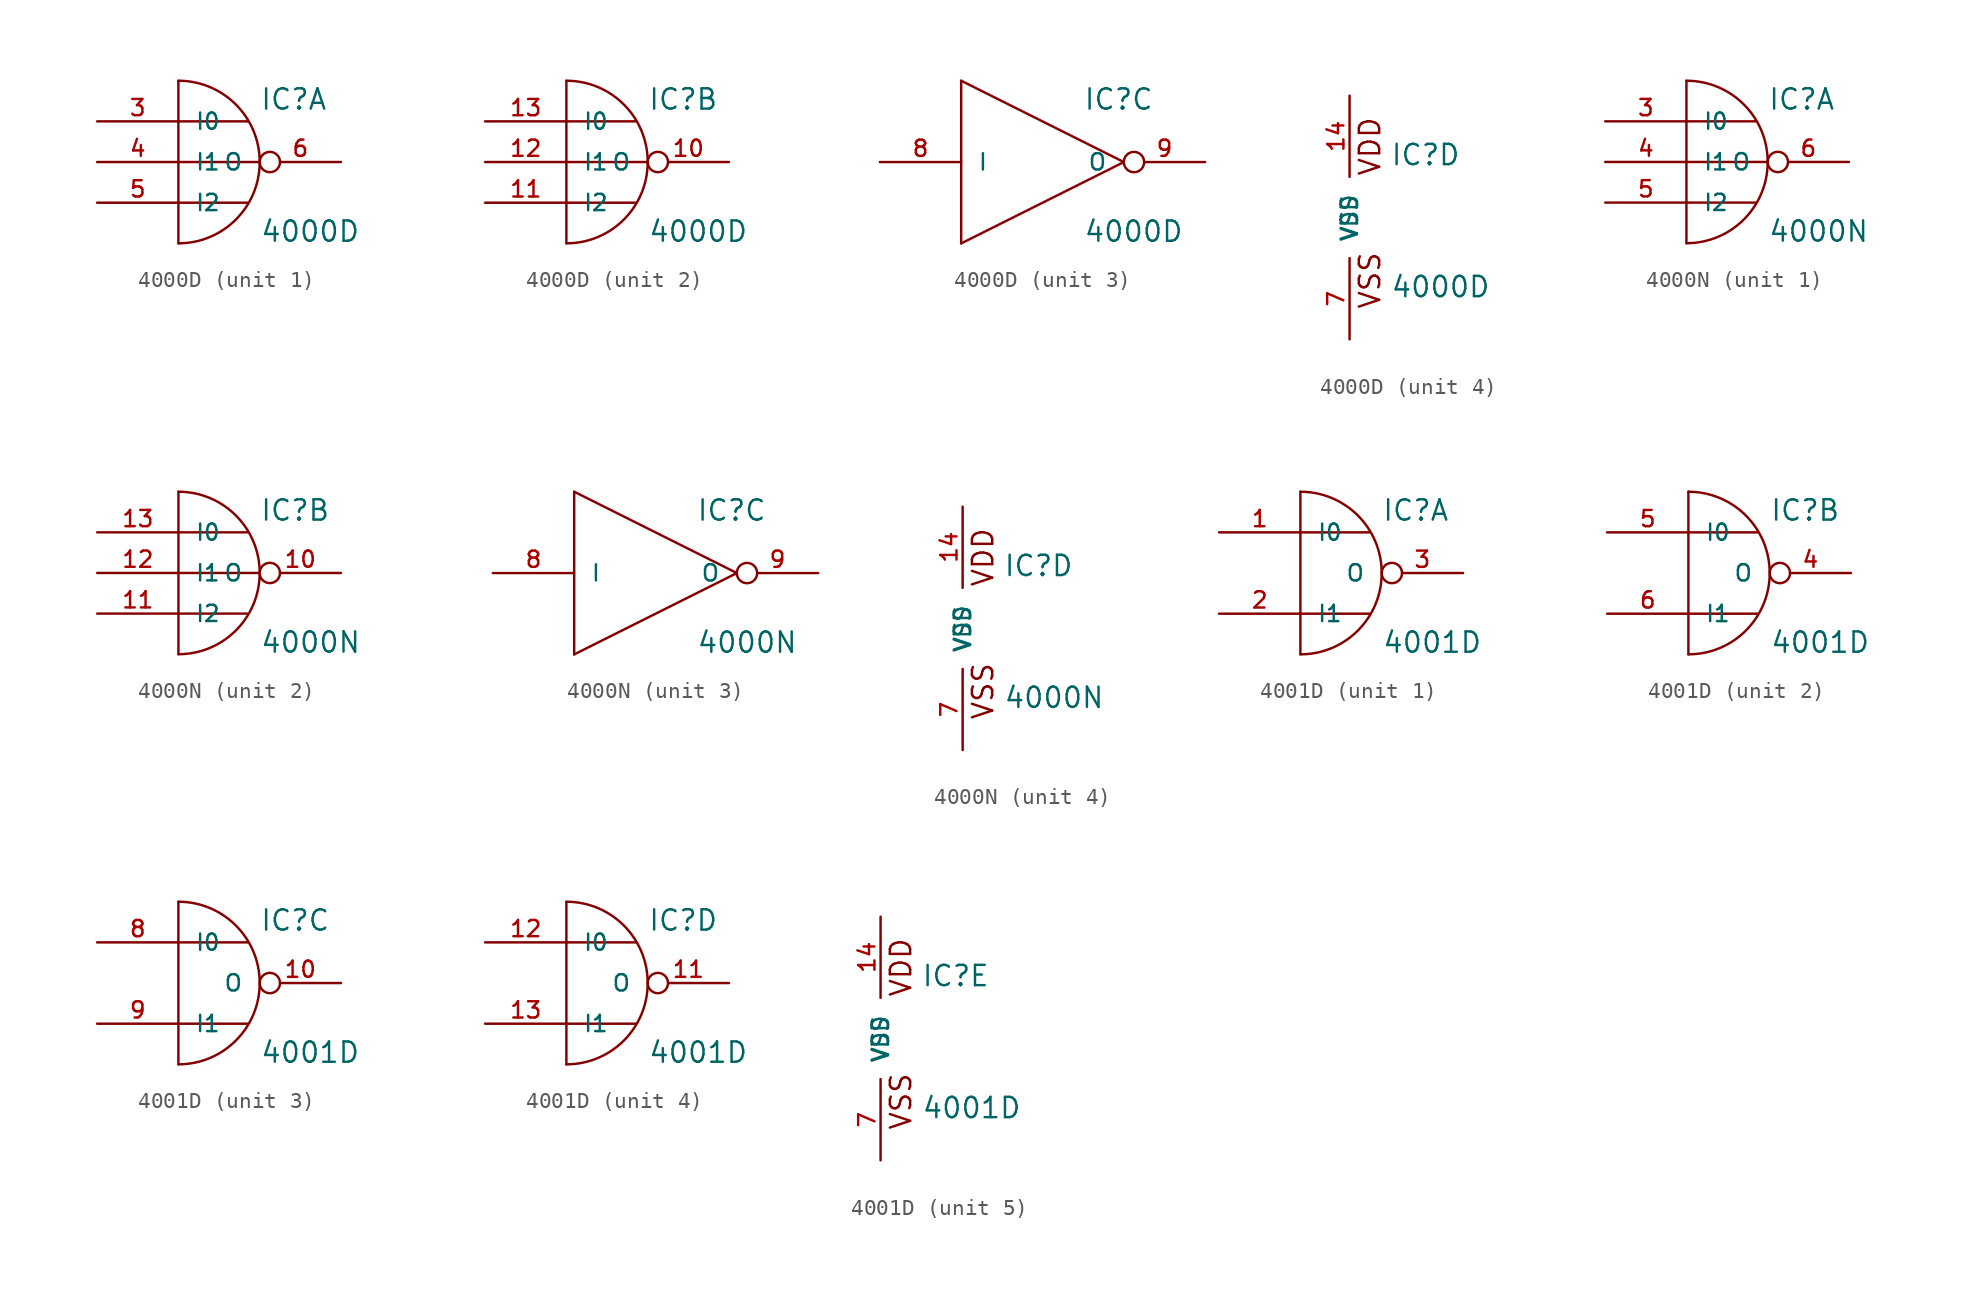
<source format=kicad_sym>
(kicad_symbol_lib
  (version 20211014)
  (generator kicad_symbol_editor)
  (symbol "4000D"
    (pin_names
      (offset 1.016))
    (property "Reference" "IC"
      (at 2.54 3.175 0)
      (effects (font (size 1.27 1.27)) (justify left bottom)))
    (property "Value" "4000D"
      (at 2.54 -5.08 0)
      (effects (font (size 1.27 1.27)) (justify left bottom)))
    (property "ki_locked" ""
      (at 0 0 0)
      (effects (font (size 1.27 1.27))))
    (symbol "4000D_1_0"
      (polyline (pts (xy -2.54 -2.54) (xy 1.778 -2.54)) (stroke (width 0) (type default) (color 0 0 0 0)) (fill (type none)))
      (polyline (pts (xy -2.54 0) (xy 2.54 0)) (stroke (width 0) (type default) (color 0 0 0 0)) (fill (type none)))
      (polyline (pts (xy -2.54 2.54) (xy 1.778 2.54)) (stroke (width 0) (type default) (color 0 0 0 0)) (fill (type none)))
      (polyline (pts (xy -2.54 5.08) (xy -2.54 -5.08)) (stroke (width 0) (type default) (color 0 0 0 0)) (fill (type none))))
    (symbol "4000D_1_1"
      (arc (start -2.54 -5.08) (mid 2.54 0) (end -2.54 5.08) (stroke (width 0) (type default) (color 0 0 0 0)) (fill (type none)))
      (pin input line (at -7.62 2.54 0) (length 5.08) (name "I0" (effects (font (size 1.016 1.016)))) (number "3" (effects (font (size 1.016 1.016)))))
      (pin input line (at -7.62 0 0) (length 5.08) (name "I1" (effects (font (size 1.016 1.016)))) (number "4" (effects (font (size 1.016 1.016)))))
      (pin input line (at -7.62 -2.54 0) (length 5.08) (name "I2" (effects (font (size 1.016 1.016)))) (number "5" (effects (font (size 1.016 1.016)))))
      (pin output inverted (at 7.62 0 180) (length 5.08) (name "O" (effects (font (size 1.016 1.016)))) (number "6" (effects (font (size 1.016 1.016))))))
    (symbol "4000D_2_0"
      (polyline (pts (xy -2.54 -2.54) (xy 1.778 -2.54)) (stroke (width 0) (type default) (color 0 0 0 0)) (fill (type none)))
      (polyline (pts (xy -2.54 0) (xy 2.54 0)) (stroke (width 0) (type default) (color 0 0 0 0)) (fill (type none)))
      (polyline (pts (xy -2.54 2.54) (xy 1.778 2.54)) (stroke (width 0) (type default) (color 0 0 0 0)) (fill (type none)))
      (polyline (pts (xy -2.54 5.08) (xy -2.54 -5.08)) (stroke (width 0) (type default) (color 0 0 0 0)) (fill (type none))))
    (symbol "4000D_2_1"
      (arc (start -2.54 -5.08) (mid 2.54 0) (end -2.54 5.08) (stroke (width 0) (type default) (color 0 0 0 0)) (fill (type none)))
      (pin output inverted (at 7.62 0 180) (length 5.08) (name "O" (effects (font (size 1.016 1.016)))) (number "10" (effects (font (size 1.016 1.016)))))
      (pin input line (at -7.62 -2.54 0) (length 5.08) (name "I2" (effects (font (size 1.016 1.016)))) (number "11" (effects (font (size 1.016 1.016)))))
      (pin input line (at -7.62 0 0) (length 5.08) (name "I1" (effects (font (size 1.016 1.016)))) (number "12" (effects (font (size 1.016 1.016)))))
      (pin input line (at -7.62 2.54 0) (length 5.08) (name "I0" (effects (font (size 1.016 1.016)))) (number "13" (effects (font (size 1.016 1.016))))))
    (symbol "4000D_3_0"
      (polyline (pts (xy -5.08 -5.08) (xy 5.08 0)) (stroke (width 0) (type default) (color 0 0 0 0)) (fill (type none)))
      (polyline (pts (xy -5.08 5.08) (xy -5.08 -5.08)) (stroke (width 0) (type default) (color 0 0 0 0)) (fill (type none)))
      (polyline (pts (xy 5.08 0) (xy -5.08 5.08)) (stroke (width 0) (type default) (color 0 0 0 0)) (fill (type none))))
    (symbol "4000D_3_1"
      (pin input line (at -10.16 0 0) (length 5.08) (name "I" (effects (font (size 1.016 1.016)))) (number "8" (effects (font (size 1.016 1.016)))))
      (pin output inverted (at 10.16 0 180) (length 5.08) (name "O" (effects (font (size 1.016 1.016)))) (number "9" (effects (font (size 1.016 1.016))))))
    (symbol "4000D_4_0"
      (text "VDD" (at 1.27 4.445 1) (effects (font (size 1.27 1.27))))
      (text "VSS" (at 1.27 -3.937 1) (effects (font (size 1.27 1.27)))))
    (symbol "4000D_4_1"
      (pin power_in line (at 0 7.62 270) (length 5.08) (name "VDD" (effects (font (size 1.016 1.016)))) (number "14" (effects (font (size 1.016 1.016)))))
      (pin power_in line (at 0 -7.62 90) (length 5.08) (name "VSS" (effects (font (size 1.016 1.016)))) (number "7" (effects (font (size 1.016 1.016)))))))
  (symbol "4000N"
    (pin_names
      (offset 1.016))
    (property "Reference" "IC"
      (at 2.54 3.175 0)
      (effects (font (size 1.27 1.27)) (justify left bottom)))
    (property "Value" "4000N"
      (at 2.54 -5.08 0)
      (effects (font (size 1.27 1.27)) (justify left bottom)))
    (property "ki_locked" ""
      (at 0 0 0)
      (effects (font (size 1.27 1.27))))
    (symbol "4000N_1_0"
      (polyline (pts (xy -2.54 -2.54) (xy 1.778 -2.54)) (stroke (width 0) (type default) (color 0 0 0 0)) (fill (type none)))
      (polyline (pts (xy -2.54 0) (xy 2.54 0)) (stroke (width 0) (type default) (color 0 0 0 0)) (fill (type none)))
      (polyline (pts (xy -2.54 2.54) (xy 1.778 2.54)) (stroke (width 0) (type default) (color 0 0 0 0)) (fill (type none)))
      (polyline (pts (xy -2.54 5.08) (xy -2.54 -5.08)) (stroke (width 0) (type default) (color 0 0 0 0)) (fill (type none))))
    (symbol "4000N_1_1"
      (arc (start -2.54 -5.08) (mid 2.54 0) (end -2.54 5.08) (stroke (width 0) (type default) (color 0 0 0 0)) (fill (type none)))
      (pin input line (at -7.62 2.54 0) (length 5.08) (name "I0" (effects (font (size 1.016 1.016)))) (number "3" (effects (font (size 1.016 1.016)))))
      (pin input line (at -7.62 0 0) (length 5.08) (name "I1" (effects (font (size 1.016 1.016)))) (number "4" (effects (font (size 1.016 1.016)))))
      (pin input line (at -7.62 -2.54 0) (length 5.08) (name "I2" (effects (font (size 1.016 1.016)))) (number "5" (effects (font (size 1.016 1.016)))))
      (pin output inverted (at 7.62 0 180) (length 5.08) (name "O" (effects (font (size 1.016 1.016)))) (number "6" (effects (font (size 1.016 1.016))))))
    (symbol "4000N_2_0"
      (polyline (pts (xy -2.54 -2.54) (xy 1.778 -2.54)) (stroke (width 0) (type default) (color 0 0 0 0)) (fill (type none)))
      (polyline (pts (xy -2.54 0) (xy 2.54 0)) (stroke (width 0) (type default) (color 0 0 0 0)) (fill (type none)))
      (polyline (pts (xy -2.54 2.54) (xy 1.778 2.54)) (stroke (width 0) (type default) (color 0 0 0 0)) (fill (type none)))
      (polyline (pts (xy -2.54 5.08) (xy -2.54 -5.08)) (stroke (width 0) (type default) (color 0 0 0 0)) (fill (type none))))
    (symbol "4000N_2_1"
      (arc (start -2.54 -5.08) (mid 2.54 0) (end -2.54 5.08) (stroke (width 0) (type default) (color 0 0 0 0)) (fill (type none)))
      (pin output inverted (at 7.62 0 180) (length 5.08) (name "O" (effects (font (size 1.016 1.016)))) (number "10" (effects (font (size 1.016 1.016)))))
      (pin input line (at -7.62 -2.54 0) (length 5.08) (name "I2" (effects (font (size 1.016 1.016)))) (number "11" (effects (font (size 1.016 1.016)))))
      (pin input line (at -7.62 0 0) (length 5.08) (name "I1" (effects (font (size 1.016 1.016)))) (number "12" (effects (font (size 1.016 1.016)))))
      (pin input line (at -7.62 2.54 0) (length 5.08) (name "I0" (effects (font (size 1.016 1.016)))) (number "13" (effects (font (size 1.016 1.016))))))
    (symbol "4000N_3_0"
      (polyline (pts (xy -5.08 -5.08) (xy 5.08 0)) (stroke (width 0) (type default) (color 0 0 0 0)) (fill (type none)))
      (polyline (pts (xy -5.08 5.08) (xy -5.08 -5.08)) (stroke (width 0) (type default) (color 0 0 0 0)) (fill (type none)))
      (polyline (pts (xy 5.08 0) (xy -5.08 5.08)) (stroke (width 0) (type default) (color 0 0 0 0)) (fill (type none))))
    (symbol "4000N_3_1"
      (pin input line (at -10.16 0 0) (length 5.08) (name "I" (effects (font (size 1.016 1.016)))) (number "8" (effects (font (size 1.016 1.016)))))
      (pin output inverted (at 10.16 0 180) (length 5.08) (name "O" (effects (font (size 1.016 1.016)))) (number "9" (effects (font (size 1.016 1.016))))))
    (symbol "4000N_4_0"
      (text "VDD" (at 1.27 4.445 1) (effects (font (size 1.27 1.27))))
      (text "VSS" (at 1.27 -3.937 1) (effects (font (size 1.27 1.27)))))
    (symbol "4000N_4_1"
      (pin power_in line (at 0 7.62 270) (length 5.08) (name "VDD" (effects (font (size 1.016 1.016)))) (number "14" (effects (font (size 1.016 1.016)))))
      (pin power_in line (at 0 -7.62 90) (length 5.08) (name "VSS" (effects (font (size 1.016 1.016)))) (number "7" (effects (font (size 1.016 1.016)))))))
  (symbol "4001D"
    (pin_names
      (offset 1.016))
    (property "Reference" "IC"
      (at 2.54 3.175 0)
      (effects (font (size 1.27 1.27)) (justify left bottom)))
    (property "Value" "4001D"
      (at 2.54 -5.08 0)
      (effects (font (size 1.27 1.27)) (justify left bottom)))
    (property "ki_locked" ""
      (at 0 0 0)
      (effects (font (size 1.27 1.27))))
    (symbol "4001D_1_0"
      (polyline (pts (xy -2.54 -5.08) (xy -2.54 5.08)) (stroke (width 0) (type default) (color 0 0 0 0)) (fill (type none)))
      (polyline (pts (xy -2.54 -2.54) (xy 1.778 -2.54)) (stroke (width 0) (type default) (color 0 0 0 0)) (fill (type none)))
      (polyline (pts (xy -2.54 2.54) (xy 1.778 2.54)) (stroke (width 0) (type default) (color 0 0 0 0)) (fill (type none))))
    (symbol "4001D_1_1"
      (arc (start -2.54 -5.08) (mid 2.54 0) (end -2.54 5.08) (stroke (width 0) (type default) (color 0 0 0 0)) (fill (type none)))
      (pin input line (at -7.62 2.54 0) (length 5.08) (name "I0" (effects (font (size 1.016 1.016)))) (number "1" (effects (font (size 1.016 1.016)))))
      (pin input line (at -7.62 -2.54 0) (length 5.08) (name "I1" (effects (font (size 1.016 1.016)))) (number "2" (effects (font (size 1.016 1.016)))))
      (pin output inverted (at 7.62 0 180) (length 5.08) (name "O" (effects (font (size 1.016 1.016)))) (number "3" (effects (font (size 1.016 1.016))))))
    (symbol "4001D_2_0"
      (polyline (pts (xy -2.54 -5.08) (xy -2.54 5.08)) (stroke (width 0) (type default) (color 0 0 0 0)) (fill (type none)))
      (polyline (pts (xy -2.54 -2.54) (xy 1.778 -2.54)) (stroke (width 0) (type default) (color 0 0 0 0)) (fill (type none)))
      (polyline (pts (xy -2.54 2.54) (xy 1.778 2.54)) (stroke (width 0) (type default) (color 0 0 0 0)) (fill (type none))))
    (symbol "4001D_2_1"
      (arc (start -2.54 -5.08) (mid 2.54 0) (end -2.54 5.08) (stroke (width 0) (type default) (color 0 0 0 0)) (fill (type none)))
      (pin output inverted (at 7.62 0 180) (length 5.08) (name "O" (effects (font (size 1.016 1.016)))) (number "4" (effects (font (size 1.016 1.016)))))
      (pin input line (at -7.62 2.54 0) (length 5.08) (name "I0" (effects (font (size 1.016 1.016)))) (number "5" (effects (font (size 1.016 1.016)))))
      (pin input line (at -7.62 -2.54 0) (length 5.08) (name "I1" (effects (font (size 1.016 1.016)))) (number "6" (effects (font (size 1.016 1.016))))))
    (symbol "4001D_3_0"
      (polyline (pts (xy -2.54 -5.08) (xy -2.54 5.08)) (stroke (width 0) (type default) (color 0 0 0 0)) (fill (type none)))
      (polyline (pts (xy -2.54 -2.54) (xy 1.778 -2.54)) (stroke (width 0) (type default) (color 0 0 0 0)) (fill (type none)))
      (polyline (pts (xy -2.54 2.54) (xy 1.778 2.54)) (stroke (width 0) (type default) (color 0 0 0 0)) (fill (type none))))
    (symbol "4001D_3_1"
      (arc (start -2.54 -5.08) (mid 2.54 0) (end -2.54 5.08) (stroke (width 0) (type default) (color 0 0 0 0)) (fill (type none)))
      (pin output inverted (at 7.62 0 180) (length 5.08) (name "O" (effects (font (size 1.016 1.016)))) (number "10" (effects (font (size 1.016 1.016)))))
      (pin input line (at -7.62 2.54 0) (length 5.08) (name "I0" (effects (font (size 1.016 1.016)))) (number "8" (effects (font (size 1.016 1.016)))))
      (pin input line (at -7.62 -2.54 0) (length 5.08) (name "I1" (effects (font (size 1.016 1.016)))) (number "9" (effects (font (size 1.016 1.016))))))
    (symbol "4001D_4_0"
      (polyline (pts (xy -2.54 -5.08) (xy -2.54 5.08)) (stroke (width 0) (type default) (color 0 0 0 0)) (fill (type none)))
      (polyline (pts (xy -2.54 -2.54) (xy 1.778 -2.54)) (stroke (width 0) (type default) (color 0 0 0 0)) (fill (type none)))
      (polyline (pts (xy -2.54 2.54) (xy 1.778 2.54)) (stroke (width 0) (type default) (color 0 0 0 0)) (fill (type none))))
    (symbol "4001D_4_1"
      (arc (start -2.54 -5.08) (mid 2.54 0) (end -2.54 5.08) (stroke (width 0) (type default) (color 0 0 0 0)) (fill (type none)))
      (pin output inverted (at 7.62 0 180) (length 5.08) (name "O" (effects (font (size 1.016 1.016)))) (number "11" (effects (font (size 1.016 1.016)))))
      (pin input line (at -7.62 2.54 0) (length 5.08) (name "I0" (effects (font (size 1.016 1.016)))) (number "12" (effects (font (size 1.016 1.016)))))
      (pin input line (at -7.62 -2.54 0) (length 5.08) (name "I1" (effects (font (size 1.016 1.016)))) (number "13" (effects (font (size 1.016 1.016))))))
    (symbol "4001D_5_0"
      (text "VDD" (at 1.27 4.445 1) (effects (font (size 1.27 1.27))))
      (text "VSS" (at 1.27 -3.937 1) (effects (font (size 1.27 1.27)))))
    (symbol "4001D_5_1"
      (pin power_in line (at 0 7.62 270) (length 5.08) (name "VDD" (effects (font (size 1.016 1.016)))) (number "14" (effects (font (size 1.016 1.016)))))
      (pin power_in line (at 0 -7.62 90) (length 5.08) (name "VSS" (effects (font (size 1.016 1.016)))) (number "7" (effects (font (size 1.016 1.016))))))))
</source>
